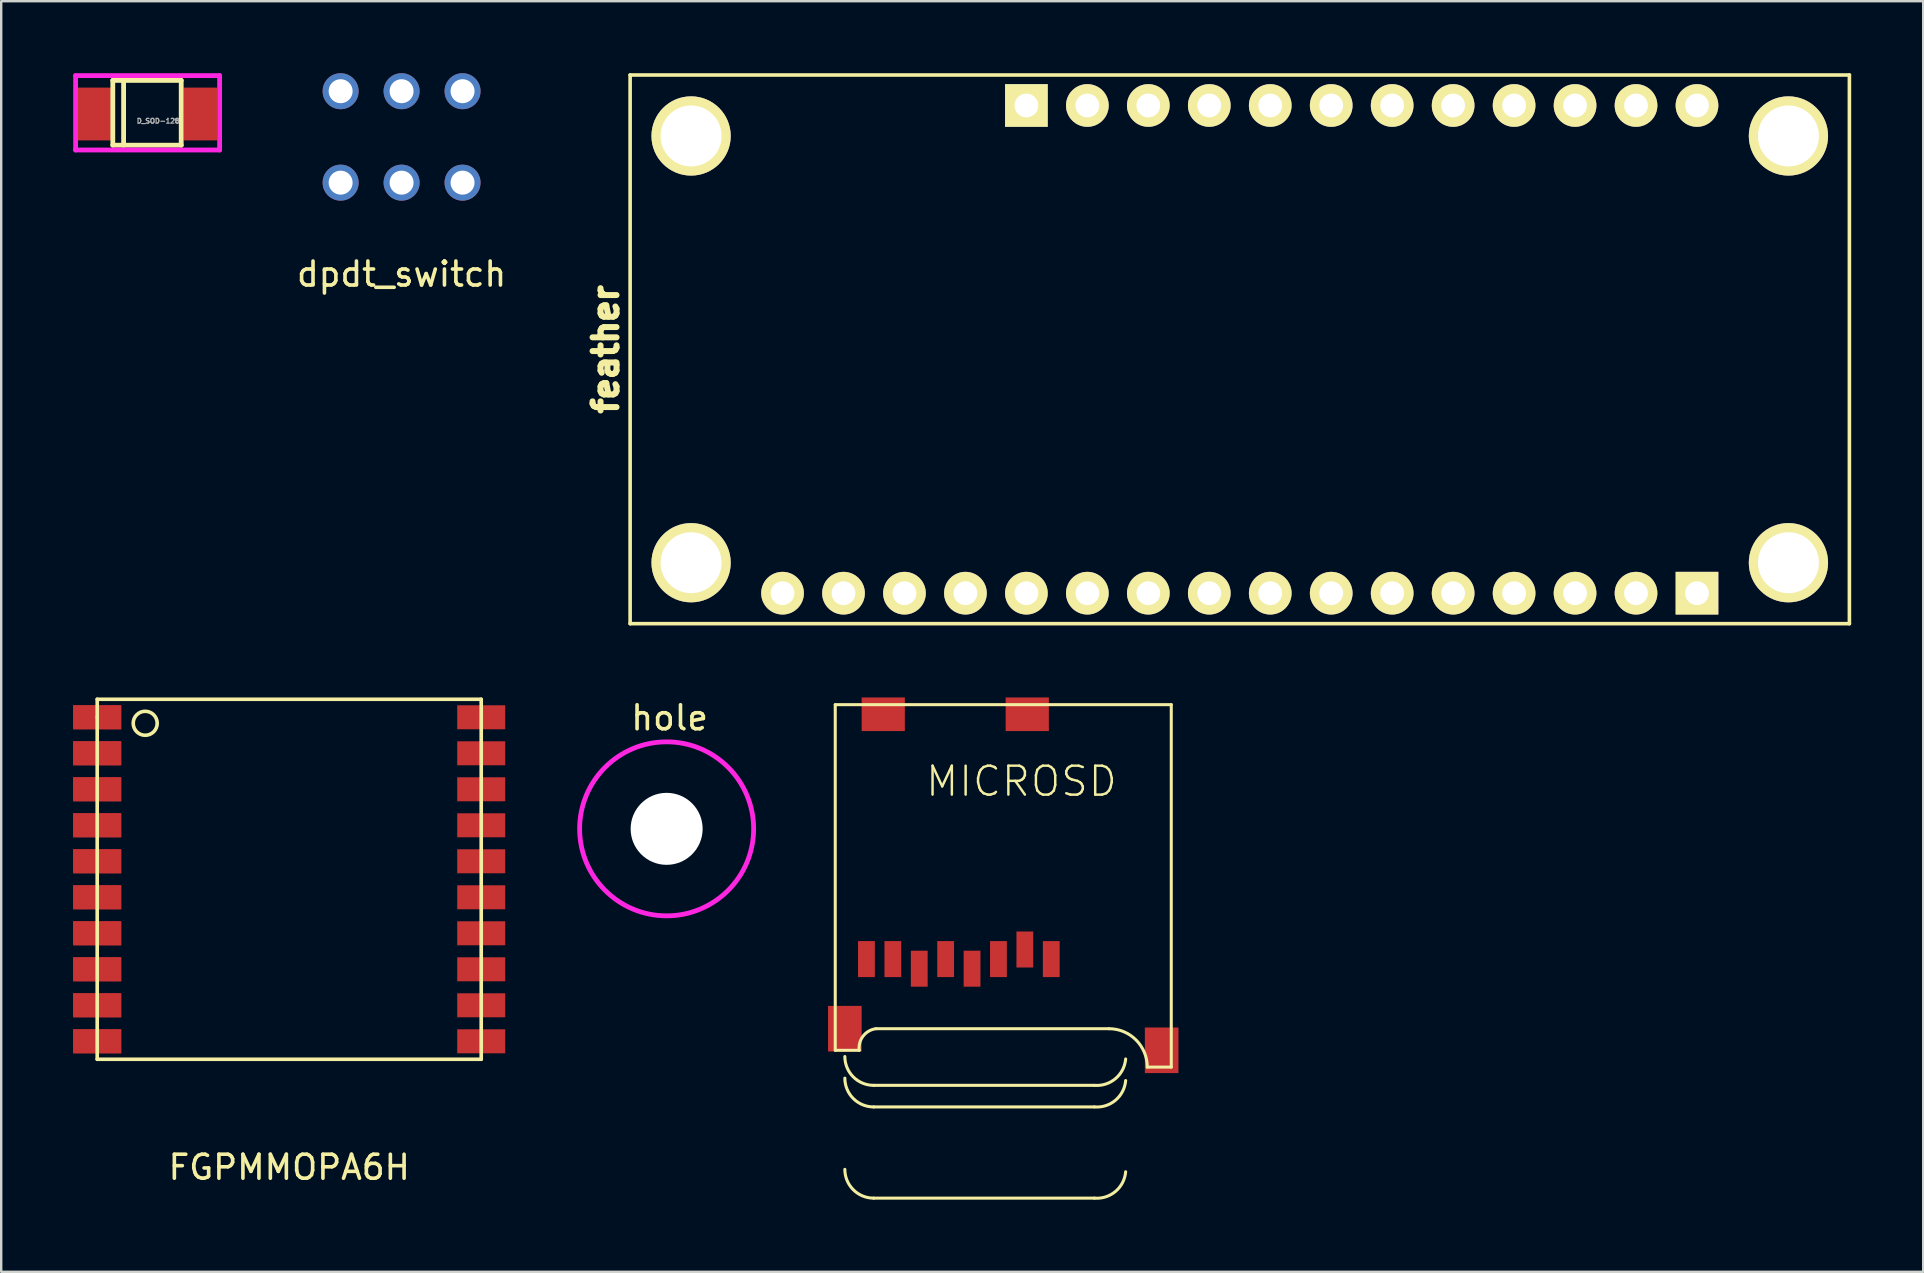
<source format=kicad_pcb>
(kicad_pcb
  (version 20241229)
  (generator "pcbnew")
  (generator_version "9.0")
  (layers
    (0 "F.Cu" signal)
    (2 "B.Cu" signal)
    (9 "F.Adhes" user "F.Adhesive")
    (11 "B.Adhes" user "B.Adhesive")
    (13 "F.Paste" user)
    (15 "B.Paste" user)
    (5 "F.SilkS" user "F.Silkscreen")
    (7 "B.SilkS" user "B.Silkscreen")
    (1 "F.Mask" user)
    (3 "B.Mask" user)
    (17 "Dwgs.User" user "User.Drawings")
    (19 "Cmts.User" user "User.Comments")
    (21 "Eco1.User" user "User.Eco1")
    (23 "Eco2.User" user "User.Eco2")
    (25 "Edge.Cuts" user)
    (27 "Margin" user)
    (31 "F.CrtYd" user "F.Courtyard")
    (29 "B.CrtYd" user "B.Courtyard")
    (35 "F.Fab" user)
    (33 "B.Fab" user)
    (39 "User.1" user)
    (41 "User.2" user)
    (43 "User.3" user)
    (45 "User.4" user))
  (footprint "feather"
    (layer "F.Cu")
    (at 48.604 11.505)
    (property "Reference" "feather" (at -26.416 0 90) (layer "F.SilkS") (effects (font (size 1 1) (thickness 0.25))))
    (attr through_hole)
    (fp_line (start -25.4 -11.43) (end -25.4 11.43) (stroke (width 0.15) (type solid)) (layer "F.SilkS"))
    (fp_line (start -25.4 11.43) (end 25.4 11.43) (stroke (width 0.15) (type solid)) (layer "F.SilkS"))
    (fp_line (start 25.4 -11.43) (end -25.4 -11.43) (stroke (width 0.15) (type solid)) (layer "F.SilkS"))
    (fp_line (start 25.4 11.43) (end 25.4 -11.43) (stroke (width 0.15) (type solid)) (layer "F.SilkS"))
    (pad "" thru_hole circle (at -22.86 -8.89) (size 3.302 3.302) (drill 2.54) (layers "*.Cu" "*.Mask" "F.SilkS"))
    (pad "" thru_hole circle (at -22.86 8.89) (size 3.302 3.302) (drill 2.54) (layers "*.Cu" "*.Mask" "F.SilkS"))
    (pad "" thru_hole circle (at 22.86 -8.89) (size 3.302 3.302) (drill 2.54) (layers "*.Cu" "*.Mask" "F.SilkS"))
    (pad "" thru_hole circle (at 22.86 8.89) (size 3.302 3.302) (drill 2.54) (layers "*.Cu" "*.Mask" "F.SilkS"))
    (pad "1" thru_hole rect (at 19.05 10.16) (size 1.778 1.778) (drill 0.991) (layers "*.Cu" "*.Mask" "F.SilkS"))
    (pad "2" thru_hole circle (at 16.51 10.16) (size 1.778 1.778) (drill 0.991) (layers "*.Cu" "*.Mask" "F.SilkS"))
    (pad "3" thru_hole circle (at 13.97 10.16) (size 1.778 1.778) (drill 0.991) (layers "*.Cu" "*.Mask" "F.SilkS"))
    (pad "4" thru_hole circle (at 11.43 10.16) (size 1.778 1.778) (drill 0.991) (layers "*.Cu" "*.Mask" "F.SilkS"))
    (pad "5" thru_hole circle (at 8.89 10.16) (size 1.778 1.778) (drill 0.991) (layers "*.Cu" "*.Mask" "F.SilkS"))
    (pad "6" thru_hole circle (at 6.35 10.16) (size 1.778 1.778) (drill 0.991) (layers "*.Cu" "*.Mask" "F.SilkS"))
    (pad "7" thru_hole circle (at 3.81 10.16) (size 1.778 1.778) (drill 0.991) (layers "*.Cu" "*.Mask" "F.SilkS"))
    (pad "8" thru_hole circle (at 1.27 10.16) (size 1.778 1.778) (drill 0.991) (layers "*.Cu" "*.Mask" "F.SilkS"))
    (pad "9" thru_hole circle (at -1.27 10.16) (size 1.778 1.778) (drill 0.991) (layers "*.Cu" "*.Mask" "F.SilkS"))
    (pad "10" thru_hole circle (at -3.81 10.16) (size 1.778 1.778) (drill 0.991) (layers "*.Cu" "*.Mask" "F.SilkS"))
    (pad "11" thru_hole circle (at -6.35 10.16) (size 1.778 1.778) (drill 0.991) (layers "*.Cu" "*.Mask" "F.SilkS"))
    (pad "12" thru_hole circle (at -8.89 10.16) (size 1.778 1.778) (drill 0.991) (layers "*.Cu" "*.Mask" "F.SilkS"))
    (pad "13" thru_hole circle (at -11.43 10.16) (size 1.778 1.778) (drill 0.991) (layers "*.Cu" "*.Mask" "F.SilkS"))
    (pad "14" thru_hole circle (at -13.97 10.16) (size 1.778 1.778) (drill 0.991) (layers "*.Cu" "*.Mask" "F.SilkS"))
    (pad "15" thru_hole circle (at -16.51 10.16) (size 1.778 1.778) (drill 0.991) (layers "*.Cu" "*.Mask" "F.SilkS"))
    (pad "16" thru_hole circle (at -19.05 10.16) (size 1.778 1.778) (drill 0.991) (layers "*.Cu" "*.Mask" "F.SilkS"))
    (pad "101" thru_hole rect (at -8.89 -10.16) (size 1.778 1.778) (drill 0.991) (layers "*.Cu" "*.Mask" "F.SilkS"))
    (pad "102" thru_hole circle (at -6.35 -10.16) (size 1.778 1.778) (drill 0.991) (layers "*.Cu" "*.Mask" "F.SilkS"))
    (pad "103" thru_hole circle (at -3.81 -10.16) (size 1.778 1.778) (drill 0.991) (layers "*.Cu" "*.Mask" "F.SilkS"))
    (pad "104" thru_hole circle (at -1.27 -10.16) (size 1.778 1.778) (drill 0.991) (layers "*.Cu" "*.Mask" "F.SilkS"))
    (pad "105" thru_hole circle (at 1.27 -10.16) (size 1.778 1.778) (drill 0.991) (layers "*.Cu" "*.Mask" "F.SilkS"))
    (pad "106" thru_hole circle (at 3.81 -10.16) (size 1.778 1.778) (drill 0.991) (layers "*.Cu" "*.Mask" "F.SilkS"))
    (pad "107" thru_hole circle (at 6.35 -10.16) (size 1.778 1.778) (drill 0.991) (layers "*.Cu" "*.Mask" "F.SilkS"))
    (pad "108" thru_hole circle (at 8.89 -10.16) (size 1.778 1.778) (drill 0.991) (layers "*.Cu" "*.Mask" "F.SilkS"))
    (pad "109" thru_hole circle (at 11.43 -10.16) (size 1.778 1.778) (drill 0.991) (layers "*.Cu" "*.Mask" "F.SilkS"))
    (pad "110" thru_hole circle (at 13.97 -10.16) (size 1.778 1.778) (drill 0.991) (layers "*.Cu" "*.Mask" "F.SilkS"))
    (pad "111" thru_hole circle (at 16.51 -10.16) (size 1.778 1.778) (drill 0.991) (layers "*.Cu" "*.Mask" "F.SilkS"))
    (pad "112" thru_hole circle (at 19.05 -10.16) (size 1.778 1.778) (drill 0.991) (layers "*.Cu" "*.Mask" "F.SilkS")))
  (footprint "D_SOD-128"
    (layer "F.Cu")
    (at 3.1 1.7)
    (property "Reference" "D_SOD-128" (at 0.44 0.29 0) (layer "F.Fab") (effects (font (size 0.2 0.2) (thickness 0.05))))
    (attr smd)
    (fp_line (start -1.45 -1.4) (end 1.4 -1.4) (stroke (width 0.2) (type solid)) (layer "F.SilkS"))
    (fp_line (start -1.45 1.3) (end -1.45 -1.4) (stroke (width 0.2) (type solid)) (layer "F.SilkS"))
    (fp_line (start -1 -1.35) (end -1 1.3) (stroke (width 0.2) (type solid)) (layer "F.SilkS"))
    (fp_line (start 1.4 -1.4) (end 1.4 1.3) (stroke (width 0.2) (type solid)) (layer "F.SilkS"))
    (fp_line (start 1.4 1.3) (end -1.45 1.3) (stroke (width 0.2) (type solid)) (layer "F.SilkS"))
    (fp_line (start -3 -1.6) (end 3 -1.6) (stroke (width 0.2) (type solid)) (layer "F.CrtYd"))
    (fp_line (start -3 1.5) (end -3 -1.6) (stroke (width 0.2) (type solid)) (layer "F.CrtYd"))
    (fp_line (start 3 -1.6) (end 3 1.5) (stroke (width 0.2) (type solid)) (layer "F.CrtYd"))
    (fp_line (start 3 1.5) (end -3 1.5) (stroke (width 0.2) (type solid)) (layer "F.CrtYd"))
    (fp_line (start -1.999 -1.4) (end 1.999 -1.4) (stroke (width 0.001) (type solid)) (layer "F.Fab"))
    (fp_line (start -1.999 1.4) (end -1.999 -1.4) (stroke (width 0.001) (type solid)) (layer "F.Fab"))
    (fp_line (start -1.699 1.4) (end -1.699 -1.4) (stroke (width 0.001) (type solid)) (layer "F.Fab"))
    (fp_line (start -1.4 -1.4) (end -1.4 1.4) (stroke (width 0.001) (type solid)) (layer "F.Fab"))
    (fp_line (start -1.1 1.4) (end -1.1 -1.4) (stroke (width 0.001) (type solid)) (layer "F.Fab"))
    (fp_line (start -0.8 1.4) (end -0.8 -1.4) (stroke (width 0.001) (type solid)) (layer "F.Fab"))
    (fp_line (start -0.5 1.4) (end -0.5 -1.4) (stroke (width 0.001) (type solid)) (layer "F.Fab"))
    (fp_line (start 1.999 -1.4) (end 1.999 1.4) (stroke (width 0.001) (type solid)) (layer "F.Fab"))
    (fp_line (start 1.999 1.4) (end -1.999 1.4) (stroke (width 0.001) (type solid)) (layer "F.Fab"))
    (pad "1" smd rect (at 2.2 0) (size 1.4 2.2) (layers "F.Cu" "F.Mask" "F.Paste"))
    (pad "2" smd rect (at -2.2 0) (size 1.4 2.2) (layers "F.Cu" "F.Mask" "F.Paste")))
  (footprint "FGPMMOPA6H"
    (layer "F.Cu")
    (at 9 33.835)
    (property "Reference" "FGPMMOPA6H" (at 0 11.75 0) (layer "F.SilkS") (effects (font (size 1 1) (thickness 0.15))))
    (attr through_hole)
    (fp_line (start -8 -7.75) (end 8 -7.75) (stroke (width 0.15) (type solid)) (layer "F.SilkS"))
    (fp_line (start -8 -7) (end -8 -7.75) (stroke (width 0.15) (type solid)) (layer "F.SilkS"))
    (fp_line (start -8 7.25) (end -8 -7) (stroke (width 0.15) (type solid)) (layer "F.SilkS"))
    (fp_line (start 8 -7.75) (end 8 7.25) (stroke (width 0.15) (type solid)) (layer "F.SilkS"))
    (fp_line (start 8 7.25) (end -8 7.25) (stroke (width 0.15) (type solid)) (layer "F.SilkS"))
    (fp_circle (center -6 -6.75) (end -5.5 -6.75) (stroke (width 0.15) (type solid)) (fill no) (layer "F.SilkS"))
    (pad "1" smd rect (at -8 -7) (size 2 1) (layers "F.Cu" "F.Mask" "F.Paste"))
    (pad "1" smd rect (at -8 -7) (size 2 1) (layers "F.Cu" "F.Mask" "F.Paste"))
    (pad "2" smd rect (at -8 -5.5) (size 2 1) (layers "F.Cu" "F.Mask" "F.Paste"))
    (pad "2" smd rect (at -8 -5.5) (size 2 1) (layers "F.Cu" "F.Mask" "F.Paste"))
    (pad "3" smd rect (at -8 -4) (size 2 1) (layers "F.Cu" "F.Mask" "F.Paste"))
    (pad "3" smd rect (at -8 -4) (size 2 1) (layers "F.Cu" "F.Mask" "F.Paste"))
    (pad "4" smd rect (at -8 -2.5) (size 2 1) (layers "F.Cu" "F.Mask" "F.Paste"))
    (pad "4" smd rect (at -8 -2.5) (size 2 1) (layers "F.Cu" "F.Mask" "F.Paste"))
    (pad "5" smd rect (at -8 -1) (size 2 1) (layers "F.Cu" "F.Mask" "F.Paste"))
    (pad "5" smd rect (at -8 -1) (size 2 1) (layers "F.Cu" "F.Mask" "F.Paste"))
    (pad "6" smd rect (at -8 0.5) (size 2 1) (layers "F.Cu" "F.Mask" "F.Paste"))
    (pad "6" smd rect (at -8 0.5) (size 2 1) (layers "F.Cu" "F.Mask" "F.Paste"))
    (pad "7" smd rect (at -8 2) (size 2 1) (layers "F.Cu" "F.Mask" "F.Paste"))
    (pad "7" smd rect (at -8 2) (size 2 1) (layers "F.Cu" "F.Mask" "F.Paste"))
    (pad "8" smd rect (at -8 3.5) (size 2 1) (layers "F.Cu" "F.Mask" "F.Paste"))
    (pad "8" smd rect (at -8 3.5) (size 2 1) (layers "F.Cu" "F.Mask" "F.Paste"))
    (pad "9" smd rect (at -8 5) (size 2 1) (layers "F.Cu" "F.Mask" "F.Paste"))
    (pad "9" smd rect (at -8 5) (size 2 1) (layers "F.Cu" "F.Mask" "F.Paste"))
    (pad "10" smd rect (at -8 6.5) (size 2 1) (layers "F.Cu" "F.Mask" "F.Paste"))
    (pad "10" smd rect (at -8 6.5) (size 2 1) (layers "F.Cu" "F.Mask" "F.Paste"))
    (pad "11" smd rect (at 8 6.5) (size 2 1) (layers "F.Cu" "F.Mask" "F.Paste"))
    (pad "12" smd rect (at 8 5) (size 2 1) (layers "F.Cu" "F.Mask" "F.Paste"))
    (pad "13" smd rect (at 8 3.5) (size 2 1) (layers "F.Cu" "F.Mask" "F.Paste"))
    (pad "14" smd rect (at 8 2) (size 2 1) (layers "F.Cu" "F.Mask" "F.Paste"))
    (pad "15" smd rect (at 8 0.5) (size 2 1) (layers "F.Cu" "F.Mask" "F.Paste"))
    (pad "16" smd rect (at 8 -1) (size 2 1) (layers "F.Cu" "F.Mask" "F.Paste"))
    (pad "17" smd rect (at 8 -2.5) (size 2 1) (layers "F.Cu" "F.Mask" "F.Paste"))
    (pad "18" smd rect (at 8 -4) (size 2 1) (layers "F.Cu" "F.Mask" "F.Paste"))
    (pad "19" smd rect (at 8 -5.5) (size 2 1) (layers "F.Cu" "F.Mask" "F.Paste"))
    (pad "20" smd rect (at 8 -7) (size 2 1) (layers "F.Cu" "F.Mask" "F.Paste")))
  (footprint "hole"
    (layer "F.Cu")
    (at 24.725 31.483)
    (property "Reference" "hole" (at 0.125 -4.625 0) (layer "F.SilkS") (effects (font (size 1 1) (thickness 0.15))))
    (attr through_hole)
    (fp_circle (center 0 0) (end 3.625 0) (stroke (width 0.2) (type solid)) (fill no) (layer "F.CrtYd"))
    (pad "" np_thru_hole circle (at 0 0) (size 3 3) (drill 3) (layers "*.Cu" "*.Mask")))
  (footprint "MICROSD"
    (layer "F.Cu")
    (at 31.75 26.27)
    (property "Reference" "MICROSD" (at 3.7 3.94 0) (layer "F.SilkS") (effects (font (size 1.206 1.206) (thickness 0.102)) (justify left bottom)))
    (attr through_hole)
    (fp_line (start 0 0.04) (end 0 14.44) (stroke (width 0.127) (type solid)) (layer "F.SilkS"))
    (fp_line (start 0 14.44) (end 1 14.44) (stroke (width 0.127) (type solid)) (layer "F.SilkS"))
    (fp_line (start 1.6 15.9) (end 10.8 15.9) (stroke (width 0.127) (type solid)) (layer "F.SilkS"))
    (fp_line (start 1.6 16.8) (end 10.8 16.8) (stroke (width 0.127) (type solid)) (layer "F.SilkS"))
    (fp_line (start 1.6 20.6) (end 10.8 20.6) (stroke (width 0.127) (type solid)) (layer "F.SilkS"))
    (fp_line (start 1.7 13.54) (end 11.4 13.54) (stroke (width 0.127) (type solid)) (layer "F.SilkS"))
    (fp_line (start 13 15.14) (end 14 15.14) (stroke (width 0.127) (type solid)) (layer "F.SilkS"))
    (fp_line (start 14 0.04) (end 0 0.04) (stroke (width 0.127) (type solid)) (layer "F.SilkS"))
    (fp_line (start 14 15.14) (end 14 0.04) (stroke (width 0.127) (type solid)) (layer "F.SilkS"))
    (fp_arc (start 1 14.44) (mid 1.163604 13.845025) (end 1.7 13.54) (stroke (width 0.127) (type solid)) (layer "F.SilkS"))
    (fp_arc (start 1.6 15.9) (mid 0.751472 15.548528) (end 0.4 14.7) (stroke (width 0.127) (type solid)) (layer "F.SilkS"))
    (fp_arc (start 1.6 16.8) (mid 0.751472 16.448528) (end 0.4 15.6) (stroke (width 0.127) (type solid)) (layer "F.SilkS"))
    (fp_arc (start 1.6 20.6) (mid 0.751472 20.248528) (end 0.4 19.4) (stroke (width 0.127) (type solid)) (layer "F.SilkS"))
    (fp_arc (start 11.4 13.54) (mid 12.531371 14.008629) (end 13 15.14) (stroke (width 0.127) (type solid)) (layer "F.SilkS"))
    (fp_arc (start 12.1 14.8) (mid 11.677817 15.619239) (end 10.8 15.9) (stroke (width 0.127) (type solid)) (layer "F.SilkS"))
    (fp_arc (start 12.1 15.7) (mid 11.677817 16.519239) (end 10.8 16.8) (stroke (width 0.127) (type solid)) (layer "F.SilkS"))
    (fp_arc (start 12.1 19.5) (mid 11.677817 20.319239) (end 10.8 20.6) (stroke (width 0.127) (type solid)) (layer "F.SilkS"))
    (pad "1" smd rect (at 9 10.64) (size 0.7 1.5) (layers "F.Cu" "F.Mask" "F.Paste"))
    (pad "2" smd rect (at 7.9 10.24) (size 0.7 1.5) (layers "F.Cu" "F.Mask" "F.Paste"))
    (pad "3" smd rect (at 6.8 10.64) (size 0.7 1.5) (layers "F.Cu" "F.Mask" "F.Paste"))
    (pad "4" smd rect (at 5.7 11.04) (size 0.7 1.5) (layers "F.Cu" "F.Mask" "F.Paste"))
    (pad "5" smd rect (at 4.6 10.64) (size 0.7 1.5) (layers "F.Cu" "F.Mask" "F.Paste"))
    (pad "6" smd rect (at 3.5 11.04) (size 0.7 1.5) (layers "F.Cu" "F.Mask" "F.Paste"))
    (pad "7" smd rect (at 2.4 10.64) (size 0.7 1.5) (layers "F.Cu" "F.Mask" "F.Paste"))
    (pad "8" smd rect (at 1.3 10.64) (size 0.7 1.5) (layers "F.Cu" "F.Mask" "F.Paste"))
    (pad "CD1" smd rect (at 2 0.44 90) (size 1.4 1.8) (layers "F.Cu" "F.Mask" "F.Paste"))
    (pad "CD2" smd rect (at 8 0.44 90) (size 1.4 1.8) (layers "F.Cu" "F.Mask" "F.Paste"))
    (pad "MT1" smd rect (at 0.4 13.54) (size 1.4 1.9) (layers "F.Cu" "F.Mask" "F.Paste"))
    (pad "MT2" smd rect (at 13.6 14.44) (size 1.4 1.9) (layers "F.Cu" "F.Mask" "F.Paste")))
  (footprint "dpdt_switch"
    (layer "F.Cu")
    (at 13.682 2.655)
    (property "Reference" "dpdt_switch" (at 0 5.715 0) (layer "F.SilkS") (effects (font (size 1 1) (thickness 0.15))))
    (attr through_hole)
    (pad "1" thru_hole circle (at -2.54 1.905) (size 1.5 1.5) (drill 1) (layers "*.Cu" "*.Mask"))
    (pad "2" thru_hole circle (at 0 1.905) (size 1.5 1.5) (drill 1) (layers "*.Cu" "*.Mask"))
    (pad "3" thru_hole circle (at 2.54 1.905) (size 1.5 1.5) (drill 1) (layers "*.Cu" "*.Mask"))
    (pad "4" thru_hole circle (at -2.54 -1.905) (size 1.5 1.5) (drill 1) (layers "*.Cu" "*.Mask"))
    (pad "5" thru_hole circle (at 0 -1.905) (size 1.5 1.5) (drill 1) (layers "*.Cu" "*.Mask"))
    (pad "6" thru_hole circle (at 2.54 -1.905) (size 1.5 1.5) (drill 1) (layers "*.Cu" "*.Mask")))
  (gr_rect
    (start -3 -3)
    (end 77.079 49.938)
    (stroke (width 0.1) (type default))
    (fill no)
    (layer "Edge.Cuts")))
</source>
